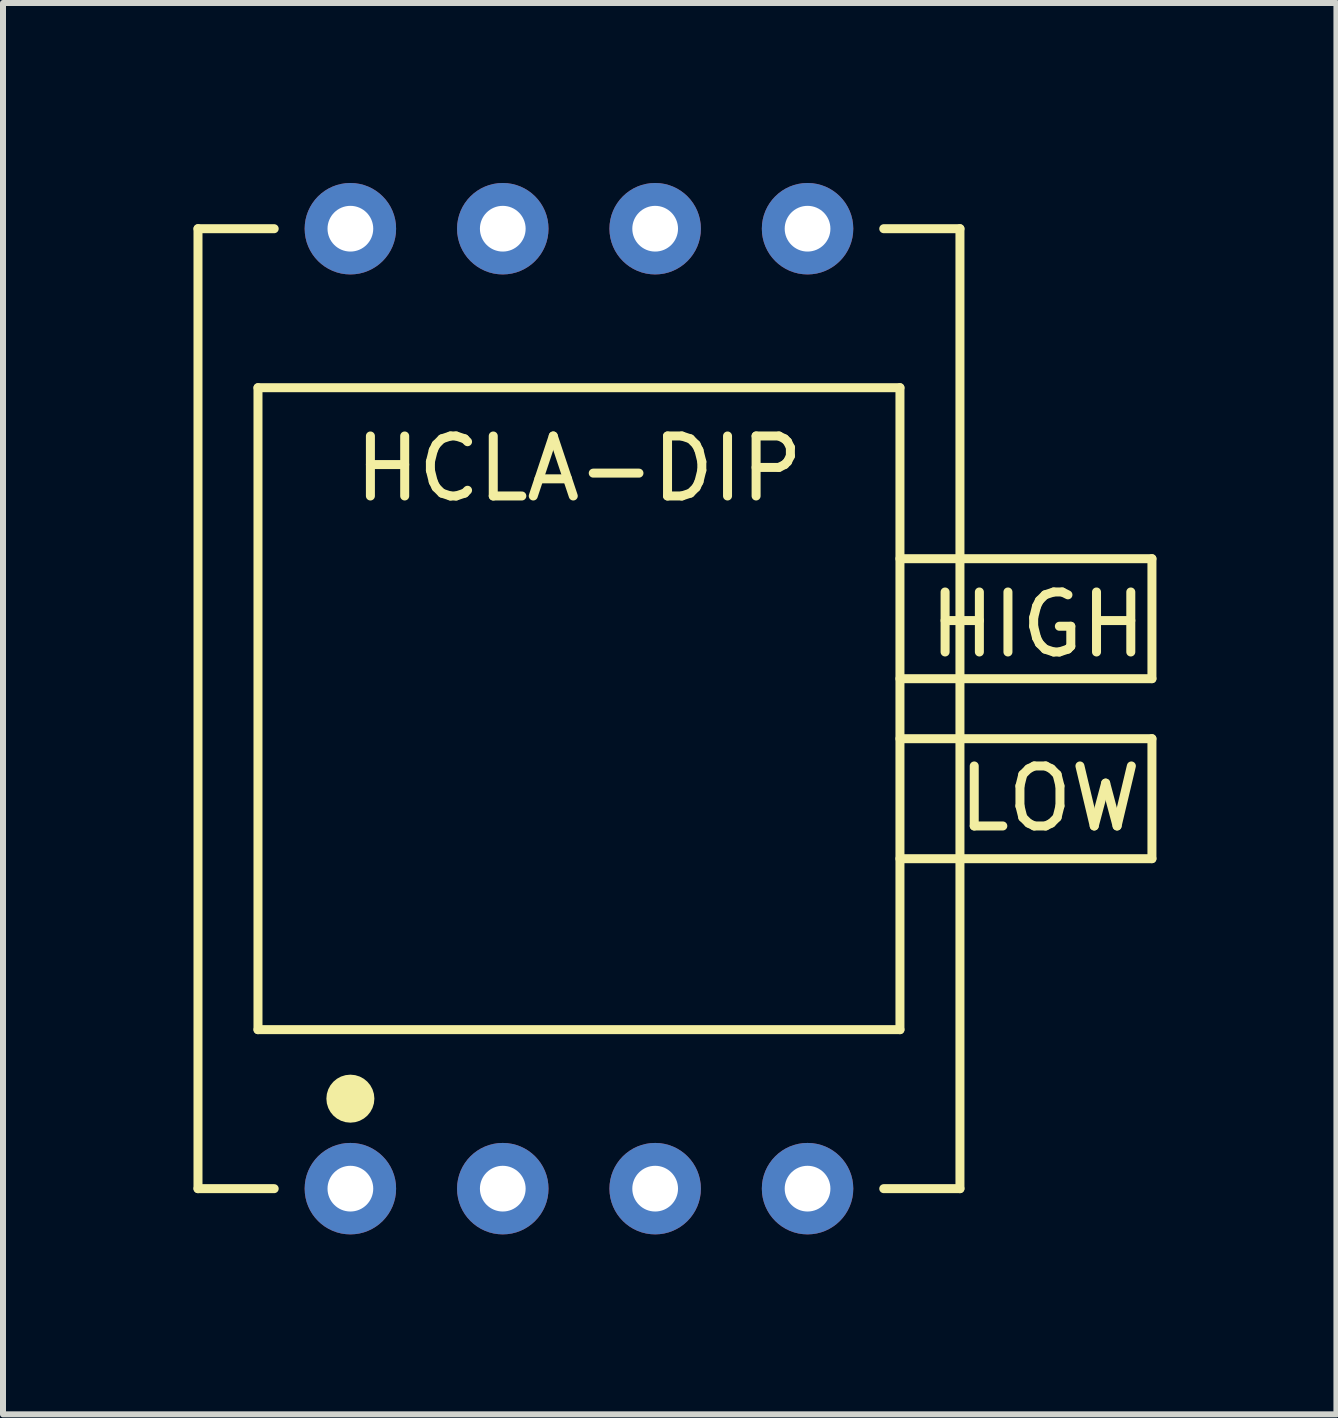
<source format=kicad_pcb>
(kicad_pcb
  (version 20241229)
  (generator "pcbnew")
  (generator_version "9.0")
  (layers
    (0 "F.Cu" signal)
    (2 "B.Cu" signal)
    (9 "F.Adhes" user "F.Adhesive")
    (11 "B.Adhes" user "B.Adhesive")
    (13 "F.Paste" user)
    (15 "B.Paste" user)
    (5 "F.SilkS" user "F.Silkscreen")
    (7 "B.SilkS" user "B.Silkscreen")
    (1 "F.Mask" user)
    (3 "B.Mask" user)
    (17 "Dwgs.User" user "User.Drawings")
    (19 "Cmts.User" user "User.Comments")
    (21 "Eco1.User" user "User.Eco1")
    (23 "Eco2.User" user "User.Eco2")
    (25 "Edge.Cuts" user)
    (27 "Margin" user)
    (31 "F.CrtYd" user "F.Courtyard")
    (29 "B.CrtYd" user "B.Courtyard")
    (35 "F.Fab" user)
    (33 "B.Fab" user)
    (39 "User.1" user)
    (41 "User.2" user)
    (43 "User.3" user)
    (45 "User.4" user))
  (footprint "HCLA-DIP"
    (layer "F.Cu")
    (at 0.25 16.762)
    (property "Reference" "HCLA-DIP" (at 6.35 -12 0) (layer "F.SilkS") (effects (font (size 1 1) (thickness 0.15))))
    (attr through_hole)
    (fp_line (start 0 -16) (end 1.27 -16) (stroke (width 0.15) (type solid)) (layer "F.SilkS"))
    (fp_line (start 0 0) (end 0 -16) (stroke (width 0.15) (type solid)) (layer "F.SilkS"))
    (fp_line (start 0 0) (end 1.27 0) (stroke (width 0.15) (type solid)) (layer "F.SilkS"))
    (fp_line (start 1 -13.35) (end 11.7 -13.35) (stroke (width 0.15) (type solid)) (layer "F.SilkS"))
    (fp_line (start 1 -2.65) (end 1 -13.35) (stroke (width 0.15) (type solid)) (layer "F.SilkS"))
    (fp_line (start 1 -2.65) (end 11.7 -2.65) (stroke (width 0.15) (type solid)) (layer "F.SilkS"))
    (fp_line (start 11.7 -2.65) (end 11.7 -13.35) (stroke (width 0.15) (type solid)) (layer "F.SilkS"))
    (fp_line (start 12.7 -16) (end 11.43 -16) (stroke (width 0.15) (type solid)) (layer "F.SilkS"))
    (fp_line (start 12.7 -8.5) (end 11.7 -8.5) (stroke (width 0.15) (type solid)) (layer "F.SilkS"))
    (fp_line (start 12.7 -7.5) (end 11.7 -7.5) (stroke (width 0.15) (type solid)) (layer "F.SilkS"))
    (fp_line (start 12.7 -5.5) (end 11.7 -5.5) (stroke (width 0.15) (type solid)) (layer "F.SilkS"))
    (fp_line (start 12.7 0) (end 11.43 0) (stroke (width 0.15) (type solid)) (layer "F.SilkS"))
    (fp_line (start 12.7 0) (end 12.7 -16) (stroke (width 0.15) (type solid)) (layer "F.SilkS"))
    (fp_line (start 15.9 -10.5) (end 11.7 -10.5) (stroke (width 0.15) (type solid)) (layer "F.SilkS"))
    (fp_line (start 15.9 -8.5) (end 12.7 -8.5) (stroke (width 0.15) (type solid)) (layer "F.SilkS"))
    (fp_line (start 15.9 -8.5) (end 15.9 -10.5) (stroke (width 0.15) (type solid)) (layer "F.SilkS"))
    (fp_line (start 15.9 -7.5) (end 12.7 -7.5) (stroke (width 0.15) (type solid)) (layer "F.SilkS"))
    (fp_line (start 15.9 -5.5) (end 12.7 -5.5) (stroke (width 0.15) (type solid)) (layer "F.SilkS"))
    (fp_line (start 15.9 -5.5) (end 15.9 -7.5) (stroke (width 0.15) (type solid)) (layer "F.SilkS"))
    (fp_circle (center 2.54 -1.5) (end 2.54 -1.7) (stroke (width 0.4) (type solid)) (fill no) (layer "F.SilkS"))
    (fp_text user "HIGH" (at 14 -9.4 0) (layer "F.SilkS") (effects (font (size 1 1) (thickness 0.15))))
    (fp_text user "LOW" (at 14.2 -6.5 0) (layer "F.SilkS") (effects (font (size 1 1) (thickness 0.15))))
    (pad "1" thru_hole circle (at 2.54 0) (size 1.524 1.524) (drill 0.762) (layers "*.Cu" "*.Mask"))
    (pad "2" thru_hole circle (at 5.08 0) (size 1.524 1.524) (drill 0.762) (layers "*.Cu" "*.Mask"))
    (pad "3" thru_hole circle (at 7.62 0) (size 1.524 1.524) (drill 0.762) (layers "*.Cu" "*.Mask"))
    (pad "4" thru_hole circle (at 10.16 0) (size 1.524 1.524) (drill 0.762) (layers "*.Cu" "*.Mask"))
    (pad "5" thru_hole circle (at 10.16 -16) (size 1.524 1.524) (drill 0.762) (layers "*.Cu" "*.Mask"))
    (pad "6" thru_hole circle (at 7.62 -16) (size 1.524 1.524) (drill 0.762) (layers "*.Cu" "*.Mask"))
    (pad "7" thru_hole circle (at 5.08 -16) (size 1.524 1.524) (drill 0.762) (layers "*.Cu" "*.Mask"))
    (pad "8" thru_hole circle (at 2.54 -16) (size 1.524 1.524) (drill 0.762) (layers "*.Cu" "*.Mask")))
  (gr_rect
    (start -3 -3)
    (end 19.225 20.524)
    (stroke (width 0.1) (type default))
    (fill no)
    (layer "Edge.Cuts")))
</source>
